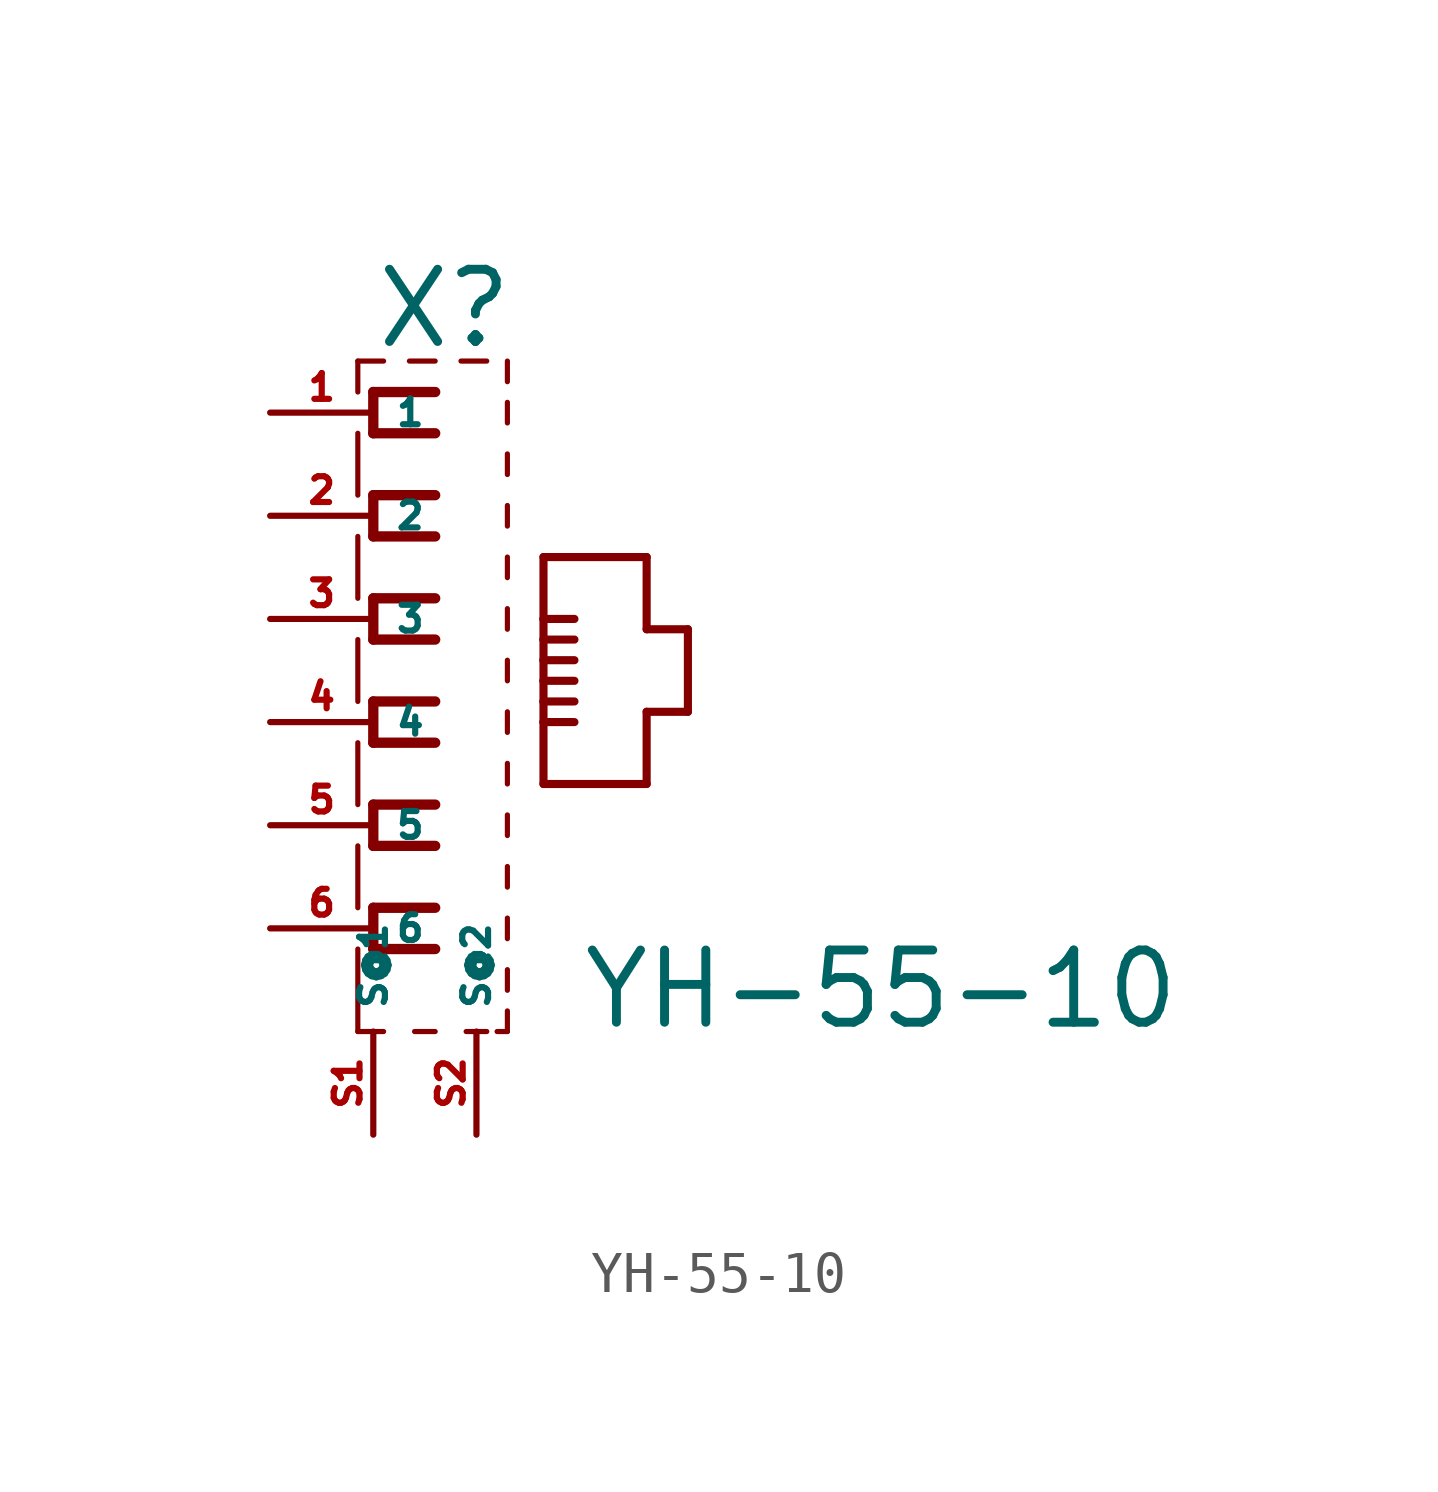
<source format=kicad_sym>
(kicad_symbol_lib
  (version 20220914)
  (generator Eagle2Kicad)
  (symbol "YH-55-10"
    (property "Reference" "X"
      (at -5.08 9.144 0)
      (effects (font (size 1.778 1.778) (thickness 0.22)) (justify left bottom)))
    (property "Value" "YH-55-10"
      (at 0 -7.62 0)
      (effects (font (size 1.778 1.778) (thickness 0.22)) (justify left bottom)))
    (polyline
      (pts (xy -5.461 -7.62) (xy -4.826 -7.62))
      (stroke (width 0.127) (type default))
      (fill (type none)))
    (polyline
      (pts (xy -4.064 -7.62) (xy -3.556 -7.62))
      (stroke (width 0.127) (type default))
      (fill (type none)))
    (polyline
      (pts (xy -2.794 -7.62) (xy -2.286 -7.62))
      (stroke (width 0.127) (type default))
      (fill (type none)))
    (polyline
      (pts (xy -2.032 -7.62) (xy -1.778 -7.62))
      (stroke (width 0.127) (type default))
      (fill (type none)))
    (polyline
      (pts (xy -1.778 -7.62) (xy -1.778 -7.112))
      (stroke (width 0.127) (type default))
      (fill (type none)))
    (polyline
      (pts (xy -1.778 7.366) (xy -1.778 7.874))
      (stroke (width 0.127) (type default))
      (fill (type none)))
    (polyline
      (pts (xy -1.778 8.382) (xy -1.778 8.89))
      (stroke (width 0.127) (type default))
      (fill (type none)))
    (polyline
      (pts (xy -4.826 8.89) (xy -5.461 8.89))
      (stroke (width 0.127) (type default))
      (fill (type none)))
    (polyline
      (pts (xy -5.461 8.89) (xy -5.461 8.128))
      (stroke (width 0.127) (type default))
      (fill (type none)))
    (polyline
      (pts (xy -5.461 7.112) (xy -5.461 5.588))
      (stroke (width 0.127) (type default))
      (fill (type none)))
    (polyline
      (pts (xy -5.461 4.572) (xy -5.461 3.048))
      (stroke (width 0.127) (type default))
      (fill (type none)))
    (polyline
      (pts (xy -5.461 2.032) (xy -5.461 0.508))
      (stroke (width 0.127) (type default))
      (fill (type none)))
    (polyline
      (pts (xy -5.461 -5.588) (xy -5.461 -7.62))
      (stroke (width 0.127) (type default))
      (fill (type none)))
    (polyline
      (pts (xy -1.778 6.096) (xy -1.778 6.604))
      (stroke (width 0.127) (type default))
      (fill (type none)))
    (polyline
      (pts (xy -1.778 4.826) (xy -1.778 5.334))
      (stroke (width 0.127) (type default))
      (fill (type none)))
    (polyline
      (pts (xy -1.778 3.556) (xy -1.778 4.064))
      (stroke (width 0.127) (type default))
      (fill (type none)))
    (polyline
      (pts (xy -1.778 2.286) (xy -1.778 2.794))
      (stroke (width 0.127) (type default))
      (fill (type none)))
    (polyline
      (pts (xy -1.778 1.016) (xy -1.778 1.524))
      (stroke (width 0.127) (type default))
      (fill (type none)))
    (polyline
      (pts (xy -3.556 8.89) (xy -4.191 8.89))
      (stroke (width 0.127) (type default))
      (fill (type none)))
    (polyline
      (pts (xy -3.556 8.128) (xy -5.08 8.128))
      (stroke (width 0.254) (type default))
      (fill (type none)))
    (polyline
      (pts (xy -5.08 8.128) (xy -5.08 7.112))
      (stroke (width 0.254) (type default))
      (fill (type none)))
    (polyline
      (pts (xy -5.08 7.112) (xy -3.556 7.112))
      (stroke (width 0.254) (type default))
      (fill (type none)))
    (polyline
      (pts (xy -3.556 5.588) (xy -5.08 5.588))
      (stroke (width 0.254) (type default))
      (fill (type none)))
    (polyline
      (pts (xy -5.08 5.588) (xy -5.08 4.572))
      (stroke (width 0.254) (type default))
      (fill (type none)))
    (polyline
      (pts (xy -5.08 4.572) (xy -3.556 4.572))
      (stroke (width 0.254) (type default))
      (fill (type none)))
    (polyline
      (pts (xy -3.556 3.048) (xy -5.08 3.048))
      (stroke (width 0.254) (type default))
      (fill (type none)))
    (polyline
      (pts (xy -5.08 3.048) (xy -5.08 2.032))
      (stroke (width 0.254) (type default))
      (fill (type none)))
    (polyline
      (pts (xy -5.08 2.032) (xy -3.556 2.032))
      (stroke (width 0.254) (type default))
      (fill (type none)))
    (polyline
      (pts (xy -3.556 0.508) (xy -5.08 0.508))
      (stroke (width 0.254) (type default))
      (fill (type none)))
    (polyline
      (pts (xy -5.08 0.508) (xy -5.08 -0.508))
      (stroke (width 0.254) (type default))
      (fill (type none)))
    (polyline
      (pts (xy -5.08 -0.508) (xy -3.556 -0.508))
      (stroke (width 0.254) (type default))
      (fill (type none)))
    (polyline
      (pts (xy -0.889 -1.524) (xy 1.651 -1.524))
      (stroke (width 0.2) (type default))
      (fill (type none)))
    (polyline
      (pts (xy 1.651 -1.524) (xy 1.651 0.254))
      (stroke (width 0.2) (type default))
      (fill (type none)))
    (polyline
      (pts (xy 1.651 0.254) (xy 2.667 0.254))
      (stroke (width 0.2) (type default))
      (fill (type none)))
    (polyline
      (pts (xy 2.667 0.254) (xy 2.667 2.286))
      (stroke (width 0.2) (type default))
      (fill (type none)))
    (polyline
      (pts (xy 2.667 2.286) (xy 1.651 2.286))
      (stroke (width 0.2) (type default))
      (fill (type none)))
    (polyline
      (pts (xy 1.651 2.286) (xy 1.651 4.064))
      (stroke (width 0.2) (type default))
      (fill (type none)))
    (polyline
      (pts (xy 1.651 4.064) (xy -0.889 4.064))
      (stroke (width 0.2) (type default))
      (fill (type none)))
    (polyline
      (pts (xy -0.889 4.064) (xy -0.889 2.54))
      (stroke (width 0.2) (type default))
      (fill (type none)))
    (polyline
      (pts (xy -0.889 2.54) (xy -0.889 2.032))
      (stroke (width 0.2) (type default))
      (fill (type none)))
    (polyline
      (pts (xy -0.889 2.032) (xy -0.889 1.524))
      (stroke (width 0.2) (type default))
      (fill (type none)))
    (polyline
      (pts (xy -0.889 1.524) (xy -0.889 1.016))
      (stroke (width 0.2) (type default))
      (fill (type none)))
    (polyline
      (pts (xy -0.889 1.016) (xy -0.889 0.508))
      (stroke (width 0.2) (type default))
      (fill (type none)))
    (polyline
      (pts (xy -0.889 0.508) (xy -0.889 0))
      (stroke (width 0.2) (type default))
      (fill (type none)))
    (polyline
      (pts (xy -0.889 0) (xy -0.889 -1.524))
      (stroke (width 0.2) (type default))
      (fill (type none)))
    (polyline
      (pts (xy -0.889 2.032) (xy -0.127 2.032))
      (stroke (width 0.2) (type default))
      (fill (type none)))
    (polyline
      (pts (xy -0.889 1.524) (xy -0.127 1.524))
      (stroke (width 0.2) (type default))
      (fill (type none)))
    (polyline
      (pts (xy -0.889 1.016) (xy -0.127 1.016))
      (stroke (width 0.2) (type default))
      (fill (type none)))
    (polyline
      (pts (xy -0.889 0.508) (xy -0.127 0.508))
      (stroke (width 0.2) (type default))
      (fill (type none)))
    (polyline
      (pts (xy -1.778 -0.254) (xy -1.778 0.254))
      (stroke (width 0.127) (type default))
      (fill (type none)))
    (polyline
      (pts (xy -1.778 -6.604) (xy -1.778 -6.096))
      (stroke (width 0.127) (type default))
      (fill (type none)))
    (polyline
      (pts (xy -2.286 8.89) (xy -2.921 8.89))
      (stroke (width 0.127) (type default))
      (fill (type none)))
    (polyline
      (pts (xy -1.778 -2.794) (xy -1.778 -2.286))
      (stroke (width 0.127) (type default))
      (fill (type none)))
    (polyline
      (pts (xy -1.778 -4.064) (xy -1.778 -3.556))
      (stroke (width 0.127) (type default))
      (fill (type none)))
    (polyline
      (pts (xy -3.556 -2.032) (xy -5.08 -2.032))
      (stroke (width 0.254) (type default))
      (fill (type none)))
    (polyline
      (pts (xy -5.08 -2.032) (xy -5.08 -3.048))
      (stroke (width 0.254) (type default))
      (fill (type none)))
    (polyline
      (pts (xy -5.08 -3.048) (xy -3.556 -3.048))
      (stroke (width 0.254) (type default))
      (fill (type none)))
    (polyline
      (pts (xy -3.556 -4.572) (xy -5.08 -4.572))
      (stroke (width 0.254) (type default))
      (fill (type none)))
    (polyline
      (pts (xy -5.08 -4.572) (xy -5.08 -5.588))
      (stroke (width 0.254) (type default))
      (fill (type none)))
    (polyline
      (pts (xy -5.08 -5.588) (xy -3.556 -5.588))
      (stroke (width 0.254) (type default))
      (fill (type none)))
    (polyline
      (pts (xy -1.778 -5.334) (xy -1.778 -4.826))
      (stroke (width 0.127) (type default))
      (fill (type none)))
    (polyline
      (pts (xy -1.778 -1.524) (xy -1.778 -1.016))
      (stroke (width 0.127) (type default))
      (fill (type none)))
    (polyline
      (pts (xy -5.461 -0.508) (xy -5.461 -2.032))
      (stroke (width 0.127) (type default))
      (fill (type none)))
    (polyline
      (pts (xy -5.461 -3.048) (xy -5.461 -4.572))
      (stroke (width 0.127) (type default))
      (fill (type none)))
    (polyline
      (pts (xy -0.889 2.54) (xy -0.127 2.54))
      (stroke (width 0.2) (type default))
      (fill (type none)))
    (polyline
      (pts (xy -0.889 0) (xy -0.127 0))
      (stroke (width 0.2) (type default))
      (fill (type none)))
    (pin passive line
      (at -2.54 -10.16 90)
      (length 2.54)
      (name "S@2" (effects (font (size 0.635 0.635) (thickness 0.08)) (justify left bottom)))
      (number "S2" (effects (font (size 0.635 0.635) (thickness 0.08)) (justify left bottom))))
    (pin passive line
      (at -5.08 -10.16 90)
      (length 2.54)
      (name "S@1" (effects (font (size 0.635 0.635) (thickness 0.08)) (justify left bottom)))
      (number "S1" (effects (font (size 0.635 0.635) (thickness 0.08)) (justify left bottom))))
    (pin passive line
      (at -7.62 7.62 0)
      (length 2.54)
      (name "1" (effects (font (size 0.635 0.635) (thickness 0.08)) (justify left bottom)))
      (number "1" (effects (font (size 0.635 0.635) (thickness 0.08)) (justify left bottom))))
    (pin passive line
      (at -7.62 5.08 0)
      (length 2.54)
      (name "2" (effects (font (size 0.635 0.635) (thickness 0.08)) (justify left bottom)))
      (number "2" (effects (font (size 0.635 0.635) (thickness 0.08)) (justify left bottom))))
    (pin passive line
      (at -7.62 2.54 0)
      (length 2.54)
      (name "3" (effects (font (size 0.635 0.635) (thickness 0.08)) (justify left bottom)))
      (number "3" (effects (font (size 0.635 0.635) (thickness 0.08)) (justify left bottom))))
    (pin passive line
      (at -7.62 0 0)
      (length 2.54)
      (name "4" (effects (font (size 0.635 0.635) (thickness 0.08)) (justify left bottom)))
      (number "4" (effects (font (size 0.635 0.635) (thickness 0.08)) (justify left bottom))))
    (pin passive line
      (at -7.62 -2.54 0)
      (length 2.54)
      (name "5" (effects (font (size 0.635 0.635) (thickness 0.08)) (justify left bottom)))
      (number "5" (effects (font (size 0.635 0.635) (thickness 0.08)) (justify left bottom))))
    (pin passive line
      (at -7.62 -5.08 0)
      (length 2.54)
      (name "6" (effects (font (size 0.635 0.635) (thickness 0.08)) (justify left bottom)))
      (number "6" (effects (font (size 0.635 0.635) (thickness 0.08)) (justify left bottom))))))
</source>
